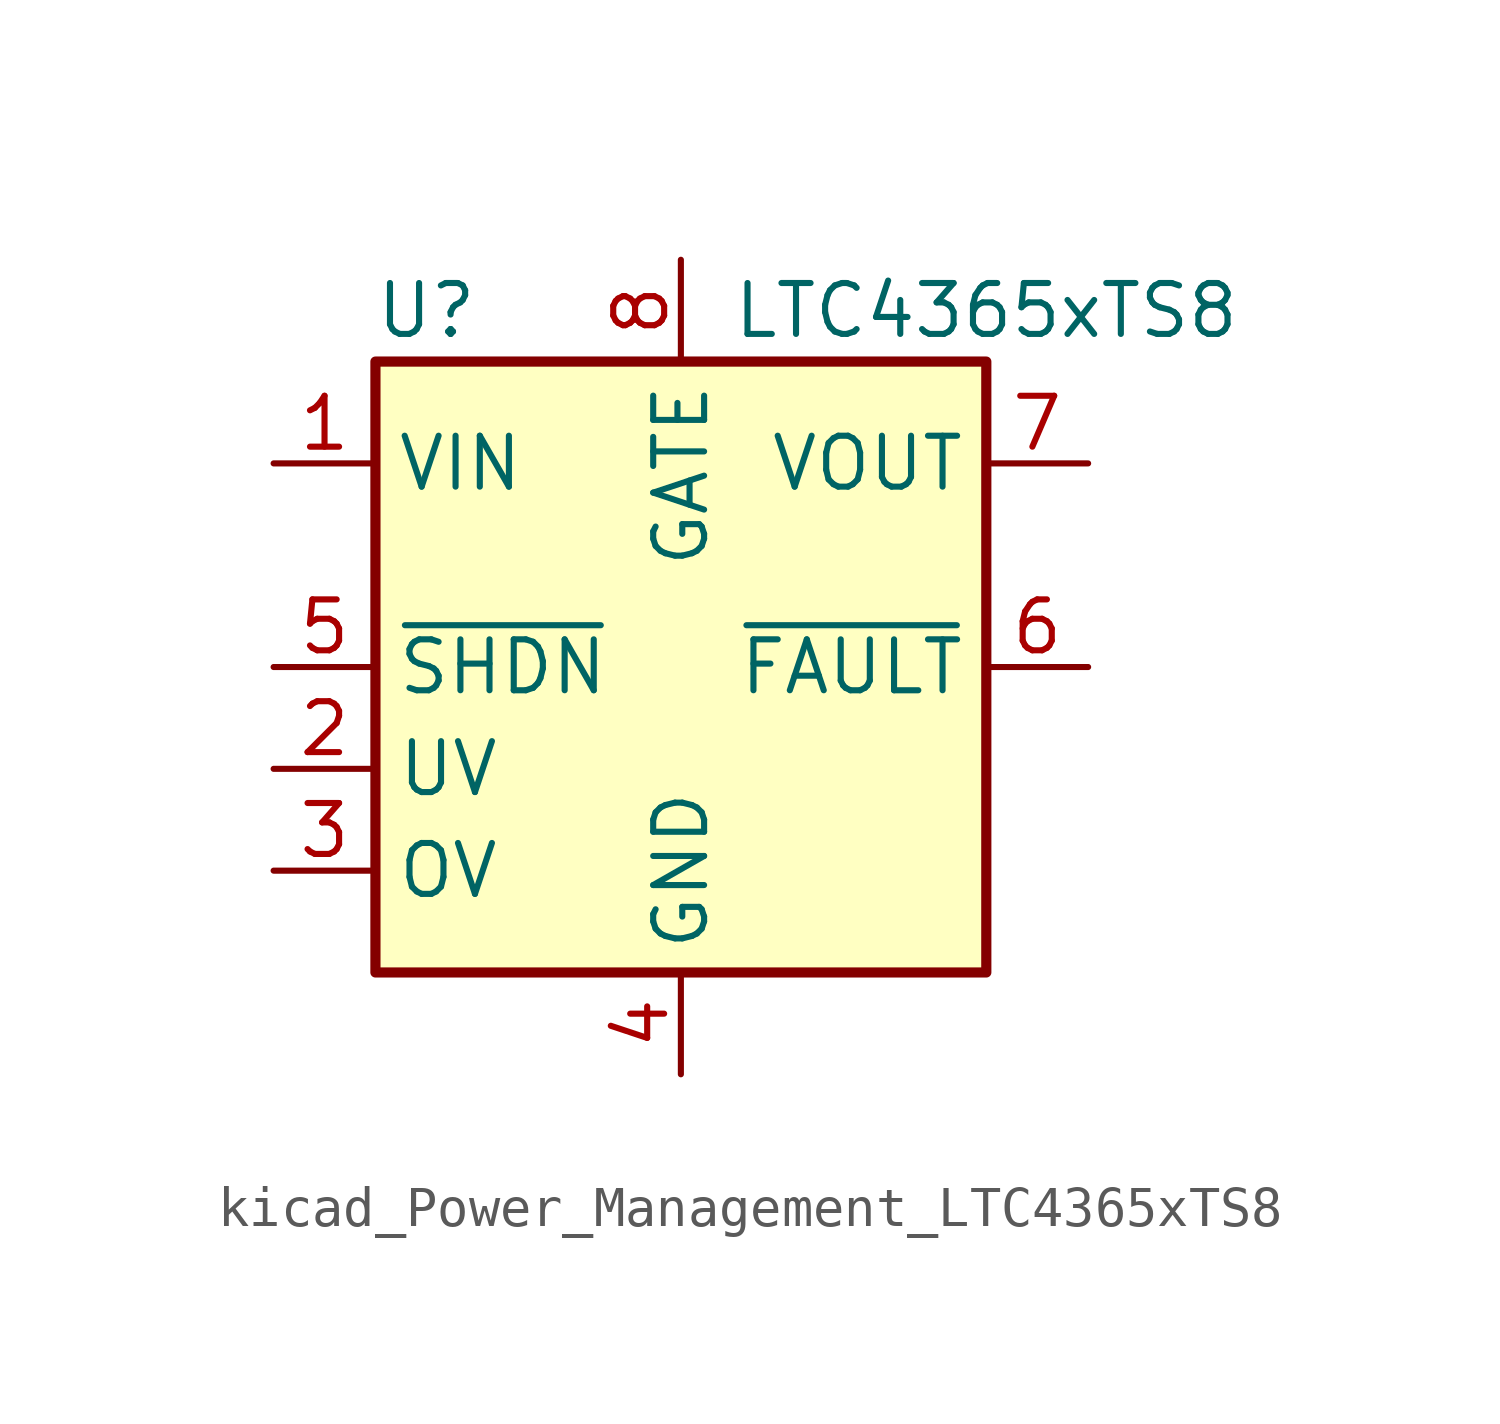
<source format=kicad_sym>
(kicad_symbol_lib
  (version 20220914)
  (generator kicad_symbol_editor)
  (symbol "kicad_Power_Management_LTC4365xTS8"
    (property "Reference" "U"
      (at -6.35 8.89 0)
      (effects (font (size 1.27 1.27))))
    (property "Value" "LTC4365xTS8"
      (at 7.62 8.89 0)
      (effects (font (size 1.27 1.27))))
    (symbol "kicad_Power_Management_LTC4365xTS8_0_1"
      (rectangle (start -7.62 7.62) (end 7.62 -7.62) (stroke (width 0.254) (type default)) (fill (type background))))
    (symbol "kicad_Power_Management_LTC4365xTS8_1_1"
      (pin power_in line (at -10.16 5.08 0) (length 2.54) (name "VIN" (effects (font (size 1.27 1.27)))) (number "1" (effects (font (size 1.27 1.27)))))
      (pin input line (at -10.16 -2.54 0) (length 2.54) (name "UV" (effects (font (size 1.27 1.27)))) (number "2" (effects (font (size 1.27 1.27)))))
      (pin input line (at -10.16 -5.08 0) (length 2.54) (name "OV" (effects (font (size 1.27 1.27)))) (number "3" (effects (font (size 1.27 1.27)))))
      (pin power_in line (at 0 -10.16 90) (length 2.54) (name "GND" (effects (font (size 1.27 1.27)))) (number "4" (effects (font (size 1.27 1.27)))))
      (pin input line (at -10.16 0 0) (length 2.54) (name "~{SHDN}" (effects (font (size 1.27 1.27)))) (number "5" (effects (font (size 1.27 1.27)))))
      (pin open_collector line (at 10.16 0 180) (length 2.54) (name "~{FAULT}" (effects (font (size 1.27 1.27)))) (number "6" (effects (font (size 1.27 1.27)))))
      (pin input line (at 10.16 5.08 180) (length 2.54) (name "VOUT" (effects (font (size 1.27 1.27)))) (number "7" (effects (font (size 1.27 1.27)))))
      (pin output line (at 0 10.16 270) (length 2.54) (name "GATE" (effects (font (size 1.27 1.27)))) (number "8" (effects (font (size 1.27 1.27))))))))
</source>
